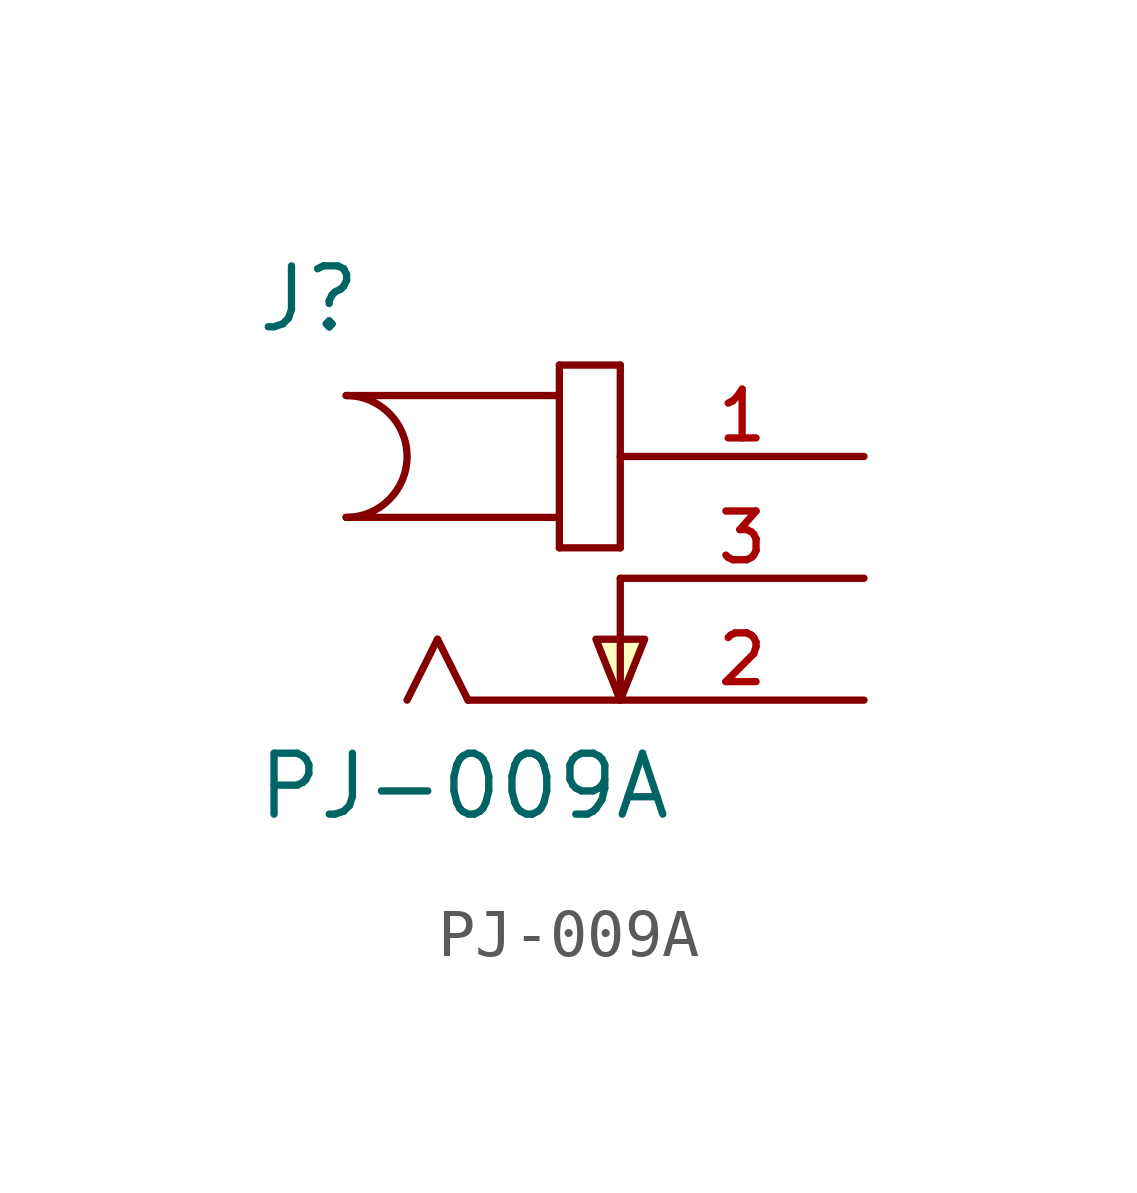
<source format=kicad_sym>
(kicad_symbol_lib
  (version 20220914)
  (generator kicad_symbol_editor)
  (symbol "PJ-009A"
    (pin_names
      (offset 1.016) hide)
    (property "Reference" "J"
      (at -7.62 5.08 0)
      (effects (font (size 1.27 1.27)) (justify left bottom)))
    (property "Value" "PJ-009A"
      (at -7.62 -5.08 0)
      (effects (font (size 1.27 1.27)) (justify left bottom)))
    (property "ki_locked" ""
      (at 0 0 0)
      (effects (font (size 1.27 1.27))))
    (symbol "PJ-009A_0_0"
      (arc (start -5.715 1.27) (mid -4.4505 2.54) (end -5.715 3.81) (stroke (width 0.1524) (type solid)) (fill (type none)))
      (polyline (pts (xy -5.715 3.81) (xy -1.27 3.81)) (stroke (width 0.152) (type solid)) (fill (type none)))
      (polyline (pts (xy -3.81 -1.27) (xy -4.445 -2.54)) (stroke (width 0.152) (type solid)) (fill (type none)))
      (polyline (pts (xy -3.175 -2.54) (xy -3.81 -1.27)) (stroke (width 0.152) (type solid)) (fill (type none)))
      (polyline (pts (xy -1.27 0.635) (xy 0 0.635)) (stroke (width 0.152) (type solid)) (fill (type none)))
      (polyline (pts (xy -1.27 1.27) (xy -5.715 1.27)) (stroke (width 0.152) (type solid)) (fill (type none)))
      (polyline (pts (xy -1.27 1.27) (xy -1.27 0.635)) (stroke (width 0.152) (type solid)) (fill (type none)))
      (polyline (pts (xy -1.27 3.81) (xy -1.27 1.27)) (stroke (width 0.152) (type solid)) (fill (type none)))
      (polyline (pts (xy -1.27 4.445) (xy -1.27 3.81)) (stroke (width 0.152) (type solid)) (fill (type none)))
      (polyline (pts (xy 0 -2.54) (xy -3.175 -2.54)) (stroke (width 0.152) (type solid)) (fill (type none)))
      (polyline (pts (xy 0 0) (xy 0 -2.54)) (stroke (width 0.152) (type solid)) (fill (type none)))
      (polyline (pts (xy 0 0.635) (xy 0 4.445)) (stroke (width 0.152) (type solid)) (fill (type none)))
      (polyline (pts (xy 0 4.445) (xy -1.27 4.445)) (stroke (width 0.152) (type solid)) (fill (type none)))
      (polyline (pts (xy 0 -2.54) (xy -0.508 -1.27) (xy 0.508 -1.27) (xy 0 -2.54)) (stroke (width 0.152) (type solid)) (fill (type background)))
      (pin passive line (at 5.08 2.54 180) (length 5.08) (name "~" (effects (font (size 1.016 1.016)))) (number "1" (effects (font (size 1.016 1.016)))))
      (pin passive line (at 5.08 -2.54 180) (length 5.08) (name "~" (effects (font (size 1.016 1.016)))) (number "2" (effects (font (size 1.016 1.016)))))
      (pin passive line (at 5.08 0 180) (length 5.08) (name "~" (effects (font (size 1.016 1.016)))) (number "3" (effects (font (size 1.016 1.016))))))))
</source>
